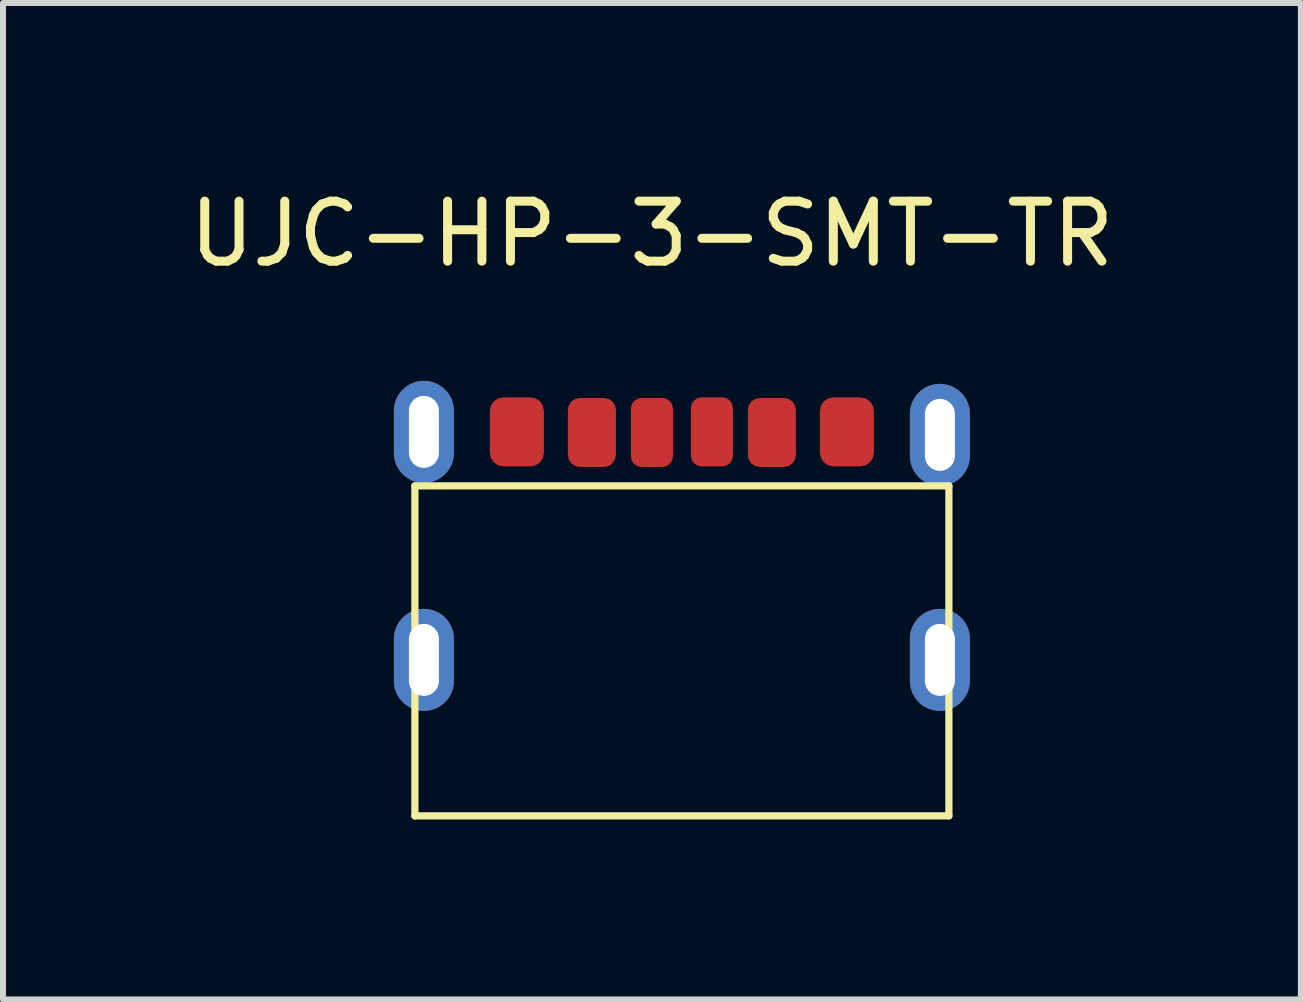
<source format=kicad_pcb>
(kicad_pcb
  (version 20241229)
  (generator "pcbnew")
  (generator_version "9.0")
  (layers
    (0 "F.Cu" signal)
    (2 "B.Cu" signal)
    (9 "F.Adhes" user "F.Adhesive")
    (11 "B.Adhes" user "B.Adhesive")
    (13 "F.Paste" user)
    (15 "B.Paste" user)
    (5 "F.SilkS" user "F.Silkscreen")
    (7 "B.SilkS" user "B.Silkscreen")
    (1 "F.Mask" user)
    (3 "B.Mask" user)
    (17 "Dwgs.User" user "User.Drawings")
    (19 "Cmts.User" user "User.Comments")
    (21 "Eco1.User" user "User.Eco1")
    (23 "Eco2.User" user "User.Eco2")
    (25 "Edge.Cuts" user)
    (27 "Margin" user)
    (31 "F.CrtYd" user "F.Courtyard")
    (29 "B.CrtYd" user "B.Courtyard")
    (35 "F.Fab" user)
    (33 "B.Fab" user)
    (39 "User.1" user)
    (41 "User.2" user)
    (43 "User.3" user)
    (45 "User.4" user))
  (footprint "UJC-HP-3-SMT-TR"
    (layer "F.Cu")
    (at 7.815 0.348)
    (property "Reference" "UJC-HP-3-SMT-TR" (at 0 0.5 0) (layer "F.SilkS") (effects (font (size 1 1) (thickness 0.15))))
    (attr through_hole)
    (fp_line (start -3.95 4.7) (end -3.95 10.2) (stroke (width 0.12) (type solid)) (layer "F.SilkS"))
    (fp_line (start -3.95 4.7) (end 4.95 4.7) (stroke (width 0.12) (type solid)) (layer "F.SilkS"))
    (fp_line (start -3.95 10.2) (end 4.95 10.2) (stroke (width 0.12) (type solid)) (layer "F.SilkS"))
    (fp_line (start 4.95 10.2) (end 4.95 4.7) (stroke (width 0.12) (type solid)) (layer "F.SilkS"))
    (pad "" thru_hole oval (at -3.8 3.8) (size 1 1.7) (drill oval 0.5 1.2) (layers "*.Cu" "*.Mask"))
    (pad "" thru_hole oval (at -3.8 7.6) (size 1 1.7) (drill oval 0.5 1.2) (layers "*.Cu" "*.Mask"))
    (pad "" thru_hole oval (at 4.8 3.85) (size 1 1.7) (drill oval 0.5 1.2) (layers "*.Cu" "*.Mask"))
    (pad "" thru_hole oval (at 4.8 7.6) (size 1 1.7) (drill oval 0.5 1.2) (layers "*.Cu" "*.Mask"))
    (pad "1" smd roundrect (at -2.25 3.8) (size 0.9 1.15) (layers "F.Cu" "F.Mask" "F.Paste") (roundrect_rratio 0.25))
    (pad "1" smd roundrect (at 3.25 3.8) (size 0.9 1.15) (layers "F.Cu" "F.Mask" "F.Paste") (roundrect_rratio 0.25))
    (pad "2" smd roundrect (at -1 3.81) (size 0.8 1.15) (layers "F.Cu" "F.Mask" "F.Paste") (roundrect_rratio 0.25))
    (pad "2" smd roundrect (at 2 3.81) (size 0.8 1.15) (layers "F.Cu" "F.Mask" "F.Paste") (roundrect_rratio 0.25))
    (pad "3" smd roundrect (at 0 3.81) (size 0.7 1.15) (layers "F.Cu" "F.Mask" "F.Paste") (roundrect_rratio 0.25))
    (pad "4" smd roundrect (at 1 3.8) (size 0.7 1.15) (layers "F.Cu" "F.Mask" "F.Paste") (roundrect_rratio 0.25)))
  (gr_rect
    (start -3 -3)
    (end 18.631 13.608)
    (stroke (width 0.1) (type default))
    (fill no)
    (layer "Edge.Cuts")))
</source>
